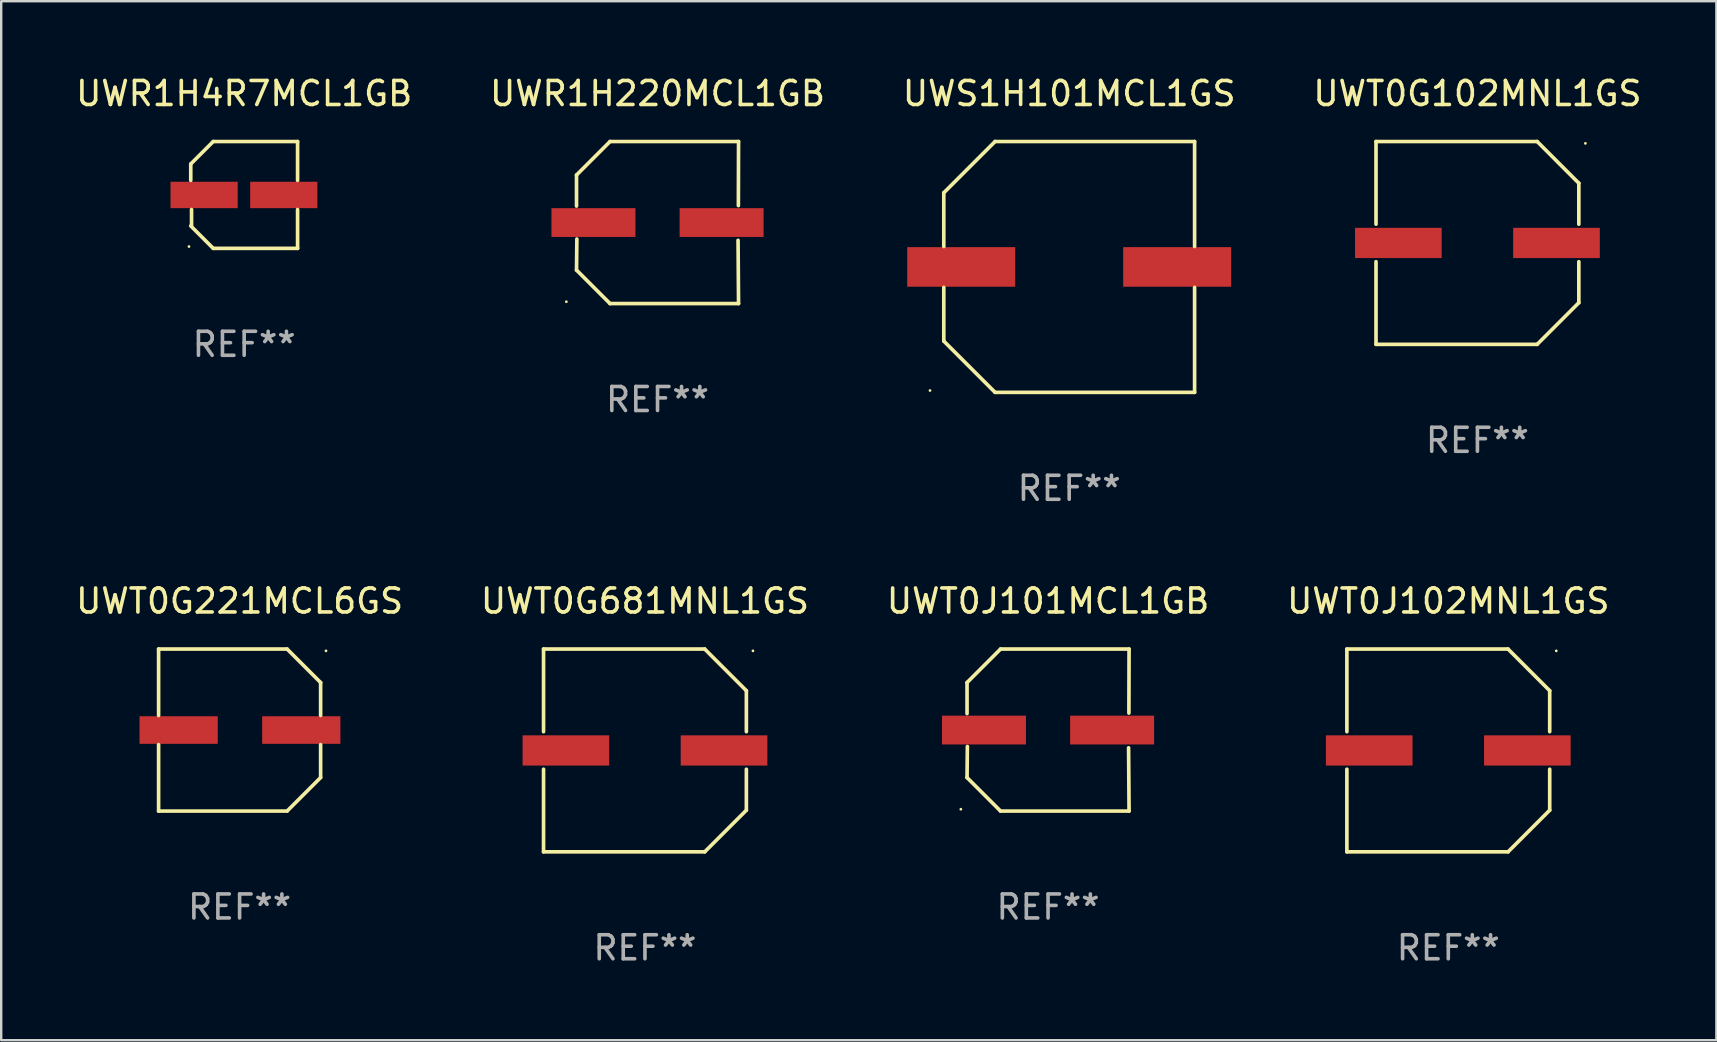
<source format=kicad_pcb>
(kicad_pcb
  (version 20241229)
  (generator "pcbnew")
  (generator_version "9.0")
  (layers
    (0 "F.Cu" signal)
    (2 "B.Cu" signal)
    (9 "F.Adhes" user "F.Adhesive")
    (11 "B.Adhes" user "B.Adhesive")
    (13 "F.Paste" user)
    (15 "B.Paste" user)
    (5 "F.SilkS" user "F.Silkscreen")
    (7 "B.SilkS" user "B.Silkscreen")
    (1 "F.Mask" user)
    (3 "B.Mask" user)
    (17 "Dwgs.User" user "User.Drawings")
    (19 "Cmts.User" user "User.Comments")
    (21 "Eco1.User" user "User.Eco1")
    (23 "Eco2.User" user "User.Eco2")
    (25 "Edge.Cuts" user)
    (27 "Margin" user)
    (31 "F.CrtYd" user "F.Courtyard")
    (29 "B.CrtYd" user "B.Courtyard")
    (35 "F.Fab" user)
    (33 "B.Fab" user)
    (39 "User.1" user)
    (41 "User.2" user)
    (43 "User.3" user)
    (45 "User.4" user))
  (footprint "UWT0J102MNL1GS"
    (layer "F.Cu")
    (at 57.304 28.223)
    (property "Reference" "UWT0J102MNL1GS" (at 0 -6.226 0) (layer "F.SilkS") (effects (font (size 1 1) (thickness 0.15))))
    (attr through_hole)
    (fp_line (start -4.226 -4.226) (end 2.49 -4.226) (stroke (width 0.152) (type solid)) (layer "F.SilkS"))
    (fp_line (start -4.226 -0.782) (end -4.226 -4.226) (stroke (width 0.152) (type solid)) (layer "F.SilkS"))
    (fp_line (start -4.226 0.782) (end -4.226 4.226) (stroke (width 0.152) (type solid)) (layer "F.SilkS"))
    (fp_line (start -4.226 4.226) (end 2.49 4.226) (stroke (width 0.152) (type solid)) (layer "F.SilkS"))
    (fp_line (start 2.49 -4.226) (end 4.226 -2.49) (stroke (width 0.152) (type solid)) (layer "F.SilkS"))
    (fp_line (start 2.49 4.226) (end 4.226 2.49) (stroke (width 0.152) (type solid)) (layer "F.SilkS"))
    (fp_line (start 4.226 -2.49) (end 4.226 -0.782) (stroke (width 0.152) (type solid)) (layer "F.SilkS"))
    (fp_line (start 4.226 2.49) (end 4.226 0.782) (stroke (width 0.152) (type solid)) (layer "F.SilkS"))
    (fp_circle (center 4.5 -4.15) (end 4.53 -4.15) (stroke (width 0.06) (type solid)) (fill no) (layer "F.SilkS"))
    (fp_text user "REF**" (at 0 8.226 0) (layer "F.Fab") (effects (font (size 1 1) (thickness 0.15))))
    (pad "1" smd rect (at 3.295 0 180) (size 3.61 1.26) (layers "F.Cu" "F.Mask" "F.Paste"))
    (pad "2" smd rect (at -3.295 0 180) (size 3.61 1.26) (layers "F.Cu" "F.Mask" "F.Paste")))
  (footprint "UWT0G221MCL6GS"
    (layer "F.Cu")
    (at 6.935 27.373)
    (property "Reference" "UWT0G221MCL6GS" (at 0 -5.376 0) (layer "F.SilkS") (effects (font (size 1 1) (thickness 0.15))))
    (attr through_hole)
    (fp_line (start -3.376 -3.376) (end 1.98 -3.376) (stroke (width 0.152) (type solid)) (layer "F.SilkS"))
    (fp_line (start -3.376 -0.607) (end -3.376 -3.376) (stroke (width 0.152) (type solid)) (layer "F.SilkS"))
    (fp_line (start -3.376 0.607) (end -3.376 3.376) (stroke (width 0.152) (type solid)) (layer "F.SilkS"))
    (fp_line (start -3.376 3.376) (end 1.98 3.376) (stroke (width 0.152) (type solid)) (layer "F.SilkS"))
    (fp_line (start 1.98 -3.376) (end 3.376 -1.98) (stroke (width 0.152) (type solid)) (layer "F.SilkS"))
    (fp_line (start 1.98 3.376) (end 3.376 1.98) (stroke (width 0.152) (type solid)) (layer "F.SilkS"))
    (fp_line (start 3.376 -1.98) (end 3.376 -0.607) (stroke (width 0.152) (type solid)) (layer "F.SilkS"))
    (fp_line (start 3.376 1.98) (end 3.376 0.607) (stroke (width 0.152) (type solid)) (layer "F.SilkS"))
    (fp_circle (center 3.6 -3.3) (end 3.63 -3.3) (stroke (width 0.06) (type solid)) (fill no) (layer "F.SilkS"))
    (fp_text user "REF**" (at 0 7.376 0) (layer "F.Fab") (effects (font (size 1 1) (thickness 0.15))))
    (pad "1" smd rect (at 2.57 0 180) (size 3.26 1.15) (layers "F.Cu" "F.Mask" "F.Paste"))
    (pad "2" smd rect (at -2.54 0 180) (size 3.26 1.15) (layers "F.Cu" "F.Mask" "F.Paste")))
  (footprint "UWT0G102MNL1GS"
    (layer "F.Cu")
    (at 58.518 7.074)
    (property "Reference" "UWT0G102MNL1GS" (at 0 -6.226 0) (layer "F.SilkS") (effects (font (size 1 1) (thickness 0.15))))
    (attr through_hole)
    (fp_line (start -4.226 -4.226) (end 2.49 -4.226) (stroke (width 0.152) (type solid)) (layer "F.SilkS"))
    (fp_line (start -4.226 -0.782) (end -4.226 -4.226) (stroke (width 0.152) (type solid)) (layer "F.SilkS"))
    (fp_line (start -4.226 0.782) (end -4.226 4.226) (stroke (width 0.152) (type solid)) (layer "F.SilkS"))
    (fp_line (start -4.226 4.226) (end 2.49 4.226) (stroke (width 0.152) (type solid)) (layer "F.SilkS"))
    (fp_line (start 2.49 -4.226) (end 4.226 -2.49) (stroke (width 0.152) (type solid)) (layer "F.SilkS"))
    (fp_line (start 2.49 4.226) (end 4.226 2.49) (stroke (width 0.152) (type solid)) (layer "F.SilkS"))
    (fp_line (start 4.226 -2.49) (end 4.226 -0.782) (stroke (width 0.152) (type solid)) (layer "F.SilkS"))
    (fp_line (start 4.226 2.49) (end 4.226 0.782) (stroke (width 0.152) (type solid)) (layer "F.SilkS"))
    (fp_circle (center 4.5 -4.15) (end 4.53 -4.15) (stroke (width 0.06) (type solid)) (fill no) (layer "F.SilkS"))
    (fp_text user "REF**" (at 0 8.226 0) (layer "F.Fab") (effects (font (size 1 1) (thickness 0.15))))
    (pad "1" smd rect (at 3.295 0 180) (size 3.61 1.26) (layers "F.Cu" "F.Mask" "F.Paste"))
    (pad "2" smd rect (at -3.295 0 180) (size 3.61 1.26) (layers "F.Cu" "F.Mask" "F.Paste")))
  (footprint "UWR1H220MCL1GB"
    (layer "F.Cu")
    (at 24.351 6.224)
    (property "Reference" "UWR1H220MCL1GB" (at 0 -5.376 0) (layer "F.SilkS") (effects (font (size 1 1) (thickness 0.15))))
    (attr through_hole)
    (fp_line (start -3.376 -1.98) (end -3.376 -0.686) (stroke (width 0.152) (type solid)) (layer "F.SilkS"))
    (fp_line (start -3.376 1.981) (end -3.362 0.686) (stroke (width 0.152) (type solid)) (layer "F.SilkS"))
    (fp_line (start -1.981 3.376) (end -3.376 1.981) (stroke (width 0.152) (type solid)) (layer "F.SilkS"))
    (fp_line (start -1.98 -3.376) (end -3.376 -1.98) (stroke (width 0.152) (type solid)) (layer "F.SilkS"))
    (fp_line (start 3.356 0.74) (end 3.376 3.376) (stroke (width 0.152) (type solid)) (layer "F.SilkS"))
    (fp_line (start 3.369 -0.707) (end 3.376 -3.376) (stroke (width 0.152) (type solid)) (layer "F.SilkS"))
    (fp_line (start 3.376 3.376) (end -1.981 3.376) (stroke (width 0.152) (type solid)) (layer "F.SilkS"))
    (fp_line (start 3.376 -3.376) (end -1.98 -3.376) (stroke (width 0.152) (type solid)) (layer "F.SilkS"))
    (fp_circle (center -3.8 3.3) (end -3.77 3.3) (stroke (width 0.06) (type solid)) (fill no) (layer "F.SilkS"))
    (fp_text user "REF**" (at 0 7.376 0) (layer "F.Fab") (effects (font (size 1 1) (thickness 0.15))))
    (pad "1" smd rect (at -2.67 0.000203) (size 3.5 1.2) (layers "F.Cu" "F.Mask" "F.Paste"))
    (pad "2" smd rect (at 2.67 0.000203) (size 3.5 1.2) (layers "F.Cu" "F.Mask" "F.Paste")))
  (footprint "UWS1H101MCL1GS"
    (layer "F.Cu")
    (at 41.506 8.074)
    (property "Reference" "UWS1H101MCL1GS" (at 0 -7.226 0) (layer "F.SilkS") (effects (font (size 1 1) (thickness 0.15))))
    (attr through_hole)
    (fp_line (start -5.226 -3.09) (end -5.226 -0.852) (stroke (width 0.152) (type solid)) (layer "F.SilkS"))
    (fp_line (start -5.226 3.09) (end -5.226 0.852) (stroke (width 0.152) (type solid)) (layer "F.SilkS"))
    (fp_line (start -3.09 -5.226) (end -5.226 -3.09) (stroke (width 0.152) (type solid)) (layer "F.SilkS"))
    (fp_line (start -3.09 5.226) (end -5.226 3.09) (stroke (width 0.152) (type solid)) (layer "F.SilkS"))
    (fp_line (start 5.226 -5.226) (end -3.09 -5.226) (stroke (width 0.152) (type solid)) (layer "F.SilkS"))
    (fp_line (start 5.226 -0.852) (end 5.226 -5.226) (stroke (width 0.152) (type solid)) (layer "F.SilkS"))
    (fp_line (start 5.226 0.852) (end 5.226 5.226) (stroke (width 0.152) (type solid)) (layer "F.SilkS"))
    (fp_line (start 5.226 5.226) (end -3.09 5.226) (stroke (width 0.152) (type solid)) (layer "F.SilkS"))
    (fp_circle (center -5.8 5.15) (end -5.77 5.15) (stroke (width 0.06) (type solid)) (fill no) (layer "F.SilkS"))
    (fp_text user "REF**" (at 0 9.226 0) (layer "F.Fab") (effects (font (size 1 1) (thickness 0.15))))
    (pad "1" smd rect (at -4.5 0) (size 4.5 1.65) (layers "F.Cu" "F.Mask" "F.Paste"))
    (pad "2" smd rect (at 4.5 0) (size 4.5 1.65) (layers "F.Cu" "F.Mask" "F.Paste")))
  (footprint "UWT0J101MCL1GB"
    (layer "F.Cu")
    (at 40.625 27.373)
    (property "Reference" "UWT0J101MCL1GB" (at 0 -5.376 0) (layer "F.SilkS") (effects (font (size 1 1) (thickness 0.15))))
    (attr through_hole)
    (fp_line (start -3.376 -1.98) (end -3.376 -0.686) (stroke (width 0.152) (type solid)) (layer "F.SilkS"))
    (fp_line (start -3.376 1.981) (end -3.362 0.686) (stroke (width 0.152) (type solid)) (layer "F.SilkS"))
    (fp_line (start -1.981 3.376) (end -3.376 1.981) (stroke (width 0.152) (type solid)) (layer "F.SilkS"))
    (fp_line (start -1.98 -3.376) (end -3.376 -1.98) (stroke (width 0.152) (type solid)) (layer "F.SilkS"))
    (fp_line (start 3.356 0.74) (end 3.376 3.376) (stroke (width 0.152) (type solid)) (layer "F.SilkS"))
    (fp_line (start 3.369 -0.707) (end 3.376 -3.376) (stroke (width 0.152) (type solid)) (layer "F.SilkS"))
    (fp_line (start 3.376 3.376) (end -1.981 3.376) (stroke (width 0.152) (type solid)) (layer "F.SilkS"))
    (fp_line (start 3.376 -3.376) (end -1.98 -3.376) (stroke (width 0.152) (type solid)) (layer "F.SilkS"))
    (fp_circle (center -3.634 3.3) (end -3.604 3.3) (stroke (width 0.06) (type solid)) (fill no) (layer "F.SilkS"))
    (fp_text user "REF**" (at 0 7.376 0) (layer "F.Fab") (effects (font (size 1 1) (thickness 0.15))))
    (pad "1" smd rect (at -2.67 0.000254) (size 3.5 1.2) (layers "F.Cu" "F.Mask" "F.Paste"))
    (pad "2" smd rect (at 2.67 0.000254) (size 3.5 1.2) (layers "F.Cu" "F.Mask" "F.Paste")))
  (footprint "UWR1H4R7MCL1GB"
    (layer "F.Cu")
    (at 7.125 5.074)
    (property "Reference" "UWR1H4R7MCL1GB" (at 0 -4.226 0) (layer "F.SilkS") (effects (font (size 1 1) (thickness 0.15))))
    (attr through_hole)
    (fp_line (start -2.226 -1.29) (end -2.226 -0.607) (stroke (width 0.152) (type solid)) (layer "F.SilkS"))
    (fp_line (start -2.193 1.29) (end -2.193 0.607) (stroke (width 0.152) (type solid)) (layer "F.SilkS"))
    (fp_line (start -1.29 2.226) (end -2.226 1.29) (stroke (width 0.152) (type solid)) (layer "F.SilkS"))
    (fp_line (start -1.29 -2.226) (end -2.226 -1.29) (stroke (width 0.152) (type solid)) (layer "F.SilkS"))
    (fp_line (start 2.226 -2.226) (end -1.29 -2.226) (stroke (width 0.152) (type solid)) (layer "F.SilkS"))
    (fp_line (start 2.226 -0.607) (end 2.226 -2.226) (stroke (width 0.152) (type solid)) (layer "F.SilkS"))
    (fp_line (start 2.226 0.607) (end 2.226 2.226) (stroke (width 0.152) (type solid)) (layer "F.SilkS"))
    (fp_line (start 2.226 2.226) (end -1.29 2.226) (stroke (width 0.152) (type solid)) (layer "F.SilkS"))
    (fp_circle (center -2.3 2.15) (end -2.27 2.15) (stroke (width 0.06) (type solid)) (fill no) (layer "F.SilkS"))
    (fp_text user "REF**" (at 0 6.226 0) (layer "F.Fab") (effects (font (size 1 1) (thickness 0.15))))
    (pad "1" smd rect (at -1.67 -0.000025) (size 2.8 1.1) (layers "F.Cu" "F.Mask" "F.Paste"))
    (pad "2" smd rect (at 1.651 -0.000025) (size 2.8 1.1) (layers "F.Cu" "F.Mask" "F.Paste")))
  (footprint "UWT0G681MNL1GS"
    (layer "F.Cu")
    (at 23.827 28.223)
    (property "Reference" "UWT0G681MNL1GS" (at 0 -6.226 0) (layer "F.SilkS") (effects (font (size 1 1) (thickness 0.15))))
    (attr through_hole)
    (fp_line (start -4.226 -4.226) (end 2.49 -4.226) (stroke (width 0.152) (type solid)) (layer "F.SilkS"))
    (fp_line (start -4.226 -0.782) (end -4.226 -4.226) (stroke (width 0.152) (type solid)) (layer "F.SilkS"))
    (fp_line (start -4.226 0.782) (end -4.226 4.226) (stroke (width 0.152) (type solid)) (layer "F.SilkS"))
    (fp_line (start -4.226 4.226) (end 2.49 4.226) (stroke (width 0.152) (type solid)) (layer "F.SilkS"))
    (fp_line (start 2.49 -4.226) (end 4.226 -2.49) (stroke (width 0.152) (type solid)) (layer "F.SilkS"))
    (fp_line (start 2.49 4.226) (end 4.226 2.49) (stroke (width 0.152) (type solid)) (layer "F.SilkS"))
    (fp_line (start 4.226 -2.49) (end 4.226 -0.782) (stroke (width 0.152) (type solid)) (layer "F.SilkS"))
    (fp_line (start 4.226 2.49) (end 4.226 0.782) (stroke (width 0.152) (type solid)) (layer "F.SilkS"))
    (fp_circle (center 4.5 -4.15) (end 4.53 -4.15) (stroke (width 0.06) (type solid)) (fill no) (layer "F.SilkS"))
    (fp_text user "REF**" (at 0 8.226 0) (layer "F.Fab") (effects (font (size 1 1) (thickness 0.15))))
    (pad "1" smd rect (at 3.295 0 180) (size 3.61 1.26) (layers "F.Cu" "F.Mask" "F.Paste"))
    (pad "2" smd rect (at -3.295 0 180) (size 3.61 1.26) (layers "F.Cu" "F.Mask" "F.Paste")))
  (gr_rect
    (start -3 -3)
    (end 68.476 40.298)
    (stroke (width 0.1) (type default))
    (fill no)
    (layer "Edge.Cuts")))
</source>
